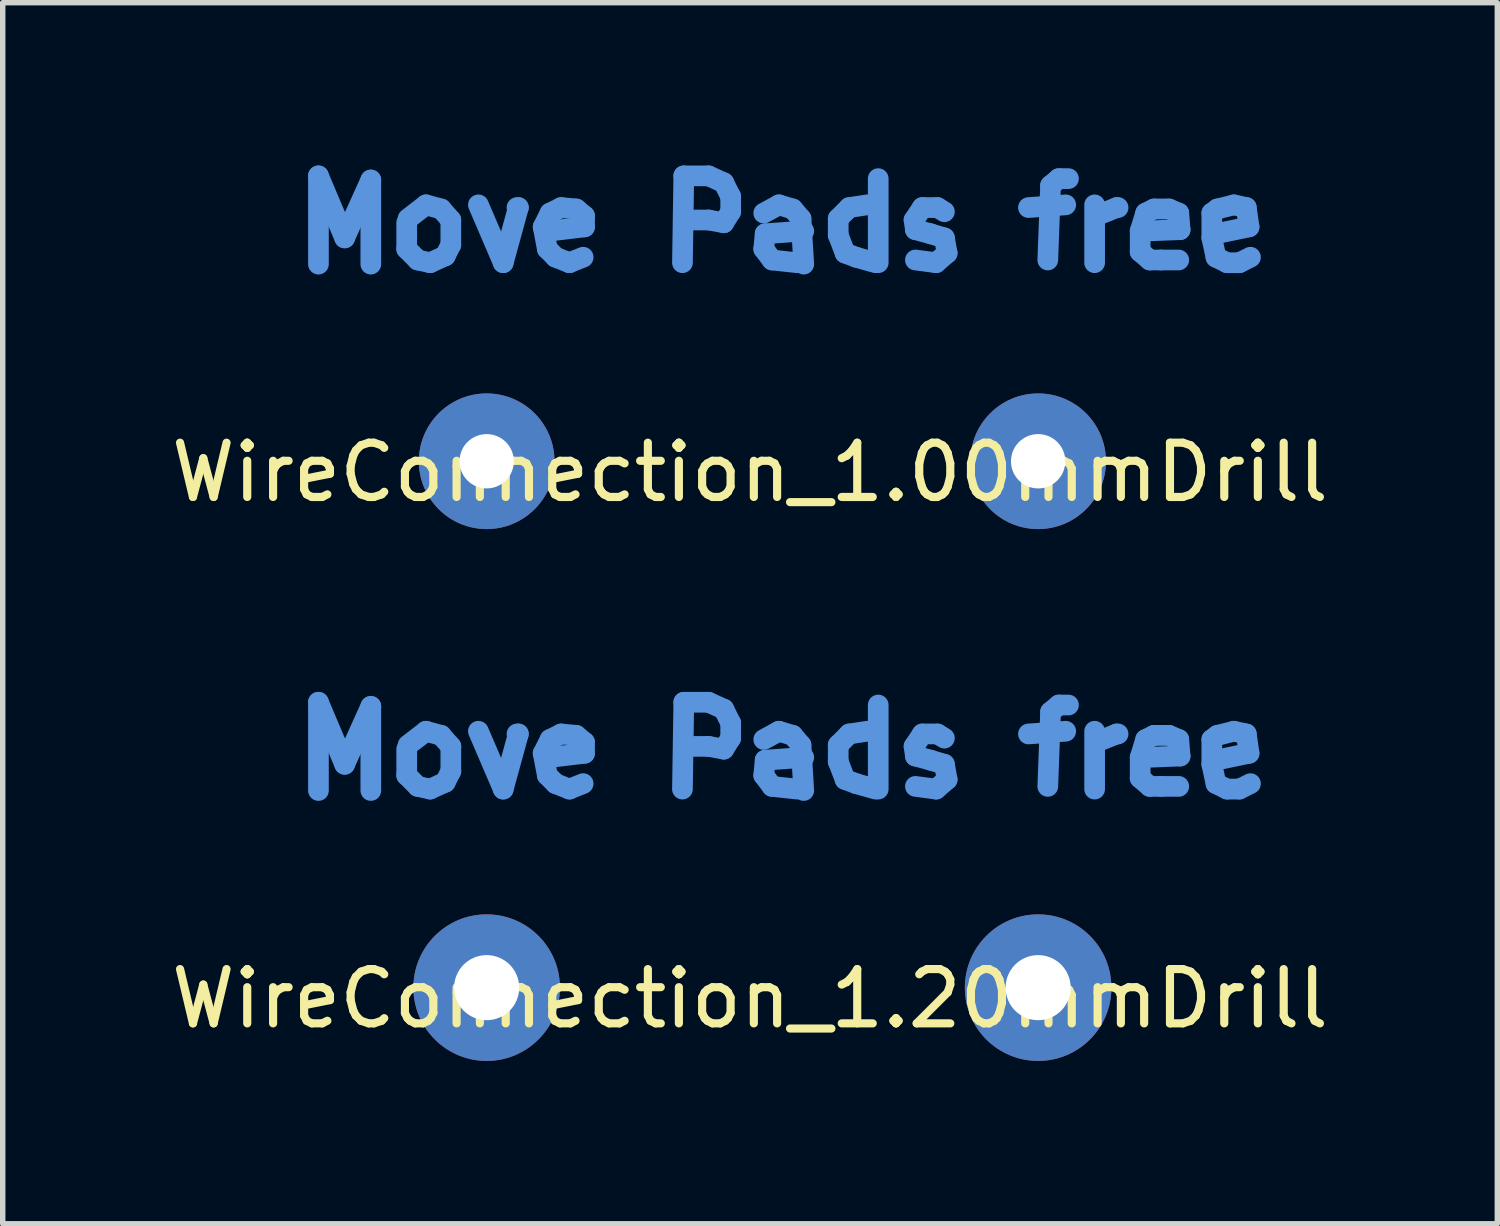
<source format=kicad_pcb>
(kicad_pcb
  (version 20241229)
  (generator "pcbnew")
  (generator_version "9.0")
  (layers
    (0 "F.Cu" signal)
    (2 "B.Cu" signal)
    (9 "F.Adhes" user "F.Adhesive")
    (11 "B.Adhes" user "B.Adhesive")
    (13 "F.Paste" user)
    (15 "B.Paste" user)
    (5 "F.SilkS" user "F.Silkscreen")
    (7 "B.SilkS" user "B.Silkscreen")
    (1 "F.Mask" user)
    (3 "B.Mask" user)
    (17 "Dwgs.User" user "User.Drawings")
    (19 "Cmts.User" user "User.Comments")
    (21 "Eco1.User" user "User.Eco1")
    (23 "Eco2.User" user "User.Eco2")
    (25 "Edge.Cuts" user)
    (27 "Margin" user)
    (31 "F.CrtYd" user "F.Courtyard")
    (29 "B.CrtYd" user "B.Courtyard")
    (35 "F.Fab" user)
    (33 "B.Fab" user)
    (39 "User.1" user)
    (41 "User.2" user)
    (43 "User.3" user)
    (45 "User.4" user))
  (footprint "WireConnection_1.00mmDrill"
    (layer "F.Cu")
    (at 5.916 5.448)
    (property "Reference" "WireConnection_1.00mmDrill" (at 4.851 0.203 0) (layer "F.SilkS") (effects (font (size 1 1) (thickness 0.15))))
    (attr through_hole)
    (fp_line (start -3.099 -5.258) (end -2.616 -4.115) (stroke (width 0.381) (type solid)) (layer "Cmts.User"))
    (fp_line (start -3.099 -3.632) (end -3.099 -5.258) (stroke (width 0.381) (type solid)) (layer "Cmts.User"))
    (fp_line (start -2.616 -4.115) (end -2.134 -5.182) (stroke (width 0.381) (type solid)) (layer "Cmts.User"))
    (fp_line (start -2.134 -5.182) (end -2.134 -3.632) (stroke (width 0.381) (type solid)) (layer "Cmts.User"))
    (fp_line (start -1.473 -4.394) (end -1.473 -3.912) (stroke (width 0.381) (type solid)) (layer "Cmts.User"))
    (fp_line (start -1.473 -3.912) (end -1.27 -3.708) (stroke (width 0.381) (type solid)) (layer "Cmts.User"))
    (fp_line (start -1.27 -3.708) (end -1.041 -3.658) (stroke (width 0.381) (type solid)) (layer "Cmts.User"))
    (fp_line (start -1.118 -4.724) (end -1.448 -4.47) (stroke (width 0.381) (type solid)) (layer "Cmts.User"))
    (fp_line (start -1.041 -3.658) (end -0.762 -3.785) (stroke (width 0.381) (type solid)) (layer "Cmts.User"))
    (fp_line (start -0.838 -4.648) (end -1.118 -4.724) (stroke (width 0.381) (type solid)) (layer "Cmts.User"))
    (fp_line (start -0.762 -3.785) (end -0.66 -3.988) (stroke (width 0.381) (type solid)) (layer "Cmts.User"))
    (fp_line (start -0.66 -4.445) (end -0.838 -4.648) (stroke (width 0.381) (type solid)) (layer "Cmts.User"))
    (fp_line (start -0.66 -3.988) (end -0.66 -4.445) (stroke (width 0.381) (type solid)) (layer "Cmts.User"))
    (fp_line (start -0.152 -4.724) (end 0.305 -3.658) (stroke (width 0.381) (type solid)) (layer "Cmts.User"))
    (fp_line (start 0.305 -3.658) (end 0.584 -4.674) (stroke (width 0.381) (type solid)) (layer "Cmts.User"))
    (fp_line (start 0.584 -4.674) (end 0.559 -4.674) (stroke (width 0.381) (type solid)) (layer "Cmts.User"))
    (fp_line (start 1.041 -4.318) (end 1.168 -4.572) (stroke (width 0.381) (type solid)) (layer "Cmts.User"))
    (fp_line (start 1.118 -3.912) (end 1.041 -4.318) (stroke (width 0.381) (type solid)) (layer "Cmts.User"))
    (fp_line (start 1.168 -4.572) (end 1.372 -4.674) (stroke (width 0.381) (type solid)) (layer "Cmts.User"))
    (fp_line (start 1.27 -3.759) (end 1.118 -3.912) (stroke (width 0.381) (type solid)) (layer "Cmts.User"))
    (fp_line (start 1.372 -4.674) (end 1.651 -4.648) (stroke (width 0.381) (type solid)) (layer "Cmts.User"))
    (fp_line (start 1.524 -3.658) (end 1.27 -3.759) (stroke (width 0.381) (type solid)) (layer "Cmts.User"))
    (fp_line (start 1.651 -4.648) (end 1.803 -4.521) (stroke (width 0.381) (type solid)) (layer "Cmts.User"))
    (fp_line (start 1.778 -3.759) (end 1.524 -3.658) (stroke (width 0.381) (type solid)) (layer "Cmts.User"))
    (fp_line (start 1.803 -4.521) (end 1.803 -4.318) (stroke (width 0.381) (type solid)) (layer "Cmts.User"))
    (fp_line (start 1.803 -4.318) (end 1.168 -4.242) (stroke (width 0.381) (type solid)) (layer "Cmts.User"))
    (fp_line (start 3.607 -3.658) (end 3.632 -5.258) (stroke (width 0.381) (type solid)) (layer "Cmts.User"))
    (fp_line (start 3.632 -5.258) (end 4.089 -5.258) (stroke (width 0.381) (type solid)) (layer "Cmts.User"))
    (fp_line (start 4.089 -5.258) (end 4.369 -5.131) (stroke (width 0.381) (type solid)) (layer "Cmts.User"))
    (fp_line (start 4.089 -4.445) (end 3.632 -4.445) (stroke (width 0.381) (type solid)) (layer "Cmts.User"))
    (fp_line (start 4.369 -5.131) (end 4.496 -4.877) (stroke (width 0.381) (type solid)) (layer "Cmts.User"))
    (fp_line (start 4.369 -4.394) (end 4.089 -4.445) (stroke (width 0.381) (type solid)) (layer "Cmts.User"))
    (fp_line (start 4.496 -4.877) (end 4.496 -4.597) (stroke (width 0.381) (type solid)) (layer "Cmts.User"))
    (fp_line (start 4.496 -4.597) (end 4.369 -4.394) (stroke (width 0.381) (type solid)) (layer "Cmts.User"))
    (fp_line (start 5.105 -4.572) (end 5.385 -4.724) (stroke (width 0.381) (type solid)) (layer "Cmts.User"))
    (fp_line (start 5.105 -3.912) (end 5.131 -4.191) (stroke (width 0.381) (type solid)) (layer "Cmts.User"))
    (fp_line (start 5.131 -4.191) (end 5.842 -4.242) (stroke (width 0.381) (type solid)) (layer "Cmts.User"))
    (fp_line (start 5.258 -3.708) (end 5.105 -3.912) (stroke (width 0.381) (type solid)) (layer "Cmts.User"))
    (fp_line (start 5.385 -4.724) (end 5.639 -4.648) (stroke (width 0.381) (type solid)) (layer "Cmts.User"))
    (fp_line (start 5.639 -4.648) (end 5.791 -4.47) (stroke (width 0.381) (type solid)) (layer "Cmts.User"))
    (fp_line (start 5.715 -3.658) (end 5.258 -3.708) (stroke (width 0.381) (type solid)) (layer "Cmts.User"))
    (fp_line (start 5.791 -4.47) (end 5.842 -3.632) (stroke (width 0.381) (type solid)) (layer "Cmts.User"))
    (fp_line (start 6.477 -4.47) (end 6.68 -4.674) (stroke (width 0.381) (type solid)) (layer "Cmts.User"))
    (fp_line (start 6.477 -4.166) (end 6.477 -4.47) (stroke (width 0.381) (type solid)) (layer "Cmts.User"))
    (fp_line (start 6.604 -3.835) (end 6.477 -4.166) (stroke (width 0.381) (type solid)) (layer "Cmts.User"))
    (fp_line (start 6.68 -4.674) (end 7.01 -4.724) (stroke (width 0.381) (type solid)) (layer "Cmts.User"))
    (fp_line (start 6.807 -3.759) (end 6.604 -3.835) (stroke (width 0.381) (type solid)) (layer "Cmts.User"))
    (fp_line (start 7.163 -3.658) (end 6.807 -3.759) (stroke (width 0.381) (type solid)) (layer "Cmts.User"))
    (fp_line (start 7.214 -5.207) (end 7.214 -3.658) (stroke (width 0.381) (type solid)) (layer "Cmts.User"))
    (fp_line (start 7.874 -4.445) (end 7.899 -4.267) (stroke (width 0.381) (type solid)) (layer "Cmts.User"))
    (fp_line (start 7.899 -4.267) (end 8.179 -4.191) (stroke (width 0.381) (type solid)) (layer "Cmts.User"))
    (fp_line (start 8.026 -4.674) (end 7.874 -4.445) (stroke (width 0.381) (type solid)) (layer "Cmts.User"))
    (fp_line (start 8.179 -4.191) (end 8.433 -4.115) (stroke (width 0.381) (type solid)) (layer "Cmts.User"))
    (fp_line (start 8.28 -3.658) (end 7.899 -3.708) (stroke (width 0.381) (type solid)) (layer "Cmts.User"))
    (fp_line (start 8.306 -4.674) (end 8.026 -4.674) (stroke (width 0.381) (type solid)) (layer "Cmts.User"))
    (fp_line (start 8.433 -4.597) (end 8.306 -4.674) (stroke (width 0.381) (type solid)) (layer "Cmts.User"))
    (fp_line (start 8.433 -4.115) (end 8.484 -3.835) (stroke (width 0.381) (type solid)) (layer "Cmts.User"))
    (fp_line (start 8.484 -3.835) (end 8.28 -3.658) (stroke (width 0.381) (type solid)) (layer "Cmts.User"))
    (fp_line (start 9.982 -4.674) (end 10.668 -4.724) (stroke (width 0.381) (type solid)) (layer "Cmts.User"))
    (fp_line (start 10.389 -5.08) (end 10.338 -3.708) (stroke (width 0.381) (type solid)) (layer "Cmts.User"))
    (fp_line (start 10.541 -5.207) (end 10.389 -5.08) (stroke (width 0.381) (type solid)) (layer "Cmts.User"))
    (fp_line (start 10.719 -5.207) (end 10.541 -5.207) (stroke (width 0.381) (type solid)) (layer "Cmts.User"))
    (fp_line (start 11.201 -4.724) (end 11.201 -3.658) (stroke (width 0.381) (type solid)) (layer "Cmts.User"))
    (fp_line (start 11.227 -4.521) (end 11.608 -4.674) (stroke (width 0.381) (type solid)) (layer "Cmts.User"))
    (fp_line (start 11.608 -4.674) (end 11.633 -4.674) (stroke (width 0.381) (type solid)) (layer "Cmts.User"))
    (fp_line (start 12.04 -4.242) (end 12.141 -4.572) (stroke (width 0.381) (type solid)) (layer "Cmts.User"))
    (fp_line (start 12.04 -3.861) (end 12.04 -4.242) (stroke (width 0.381) (type solid)) (layer "Cmts.User"))
    (fp_line (start 12.141 -4.572) (end 12.294 -4.648) (stroke (width 0.381) (type solid)) (layer "Cmts.User"))
    (fp_line (start 12.217 -3.708) (end 12.04 -3.861) (stroke (width 0.381) (type solid)) (layer "Cmts.User"))
    (fp_line (start 12.294 -4.648) (end 12.573 -4.648) (stroke (width 0.381) (type solid)) (layer "Cmts.User"))
    (fp_line (start 12.421 -3.708) (end 12.217 -3.708) (stroke (width 0.381) (type solid)) (layer "Cmts.User"))
    (fp_line (start 12.573 -4.648) (end 12.751 -4.572) (stroke (width 0.381) (type solid)) (layer "Cmts.User"))
    (fp_line (start 12.751 -4.572) (end 12.776 -4.267) (stroke (width 0.381) (type solid)) (layer "Cmts.User"))
    (fp_line (start 12.751 -3.708) (end 12.421 -3.708) (stroke (width 0.381) (type solid)) (layer "Cmts.User"))
    (fp_line (start 12.776 -4.267) (end 12.141 -4.242) (stroke (width 0.381) (type solid)) (layer "Cmts.User"))
    (fp_line (start 13.36 -4.572) (end 13.462 -4.648) (stroke (width 0.381) (type solid)) (layer "Cmts.User"))
    (fp_line (start 13.36 -4.115) (end 13.36 -4.572) (stroke (width 0.381) (type solid)) (layer "Cmts.User"))
    (fp_line (start 13.437 -4.191) (end 13.437 -4.242) (stroke (width 0.381) (type solid)) (layer "Cmts.User"))
    (fp_line (start 13.437 -3.759) (end 13.36 -4.115) (stroke (width 0.381) (type solid)) (layer "Cmts.User"))
    (fp_line (start 13.462 -4.648) (end 13.767 -4.724) (stroke (width 0.381) (type solid)) (layer "Cmts.User"))
    (fp_line (start 13.64 -3.658) (end 13.437 -3.759) (stroke (width 0.381) (type solid)) (layer "Cmts.User"))
    (fp_line (start 13.767 -4.724) (end 13.995 -4.674) (stroke (width 0.381) (type solid)) (layer "Cmts.User"))
    (fp_line (start 13.868 -3.658) (end 13.64 -3.658) (stroke (width 0.381) (type solid)) (layer "Cmts.User"))
    (fp_line (start 13.995 -4.674) (end 14.046 -4.318) (stroke (width 0.381) (type solid)) (layer "Cmts.User"))
    (fp_line (start 14.046 -4.318) (end 13.437 -4.191) (stroke (width 0.381) (type solid)) (layer "Cmts.User"))
    (fp_line (start 14.072 -3.759) (end 13.868 -3.658) (stroke (width 0.381) (type solid)) (layer "Cmts.User"))
    (pad "1" thru_hole circle (at 0 0) (size 2.499 2.499) (drill 1.001) (layers "*.Cu" "*.Mask"))
    (pad "2" thru_hole circle (at 10.16 0) (size 2.499 2.499) (drill 1.001) (layers "*.Cu" "*.Mask")))
  (footprint "WireConnection_1.20mmDrill"
    (layer "F.Cu")
    (at 5.916 15.146)
    (property "Reference" "WireConnection_1.20mmDrill" (at 4.851 0.203 0) (layer "F.SilkS") (effects (font (size 1 1) (thickness 0.15))))
    (attr through_hole)
    (fp_line (start -3.099 -5.258) (end -2.616 -4.115) (stroke (width 0.381) (type solid)) (layer "Cmts.User"))
    (fp_line (start -3.099 -3.632) (end -3.099 -5.258) (stroke (width 0.381) (type solid)) (layer "Cmts.User"))
    (fp_line (start -2.616 -4.115) (end -2.134 -5.182) (stroke (width 0.381) (type solid)) (layer "Cmts.User"))
    (fp_line (start -2.134 -5.182) (end -2.134 -3.632) (stroke (width 0.381) (type solid)) (layer "Cmts.User"))
    (fp_line (start -1.473 -4.394) (end -1.473 -3.912) (stroke (width 0.381) (type solid)) (layer "Cmts.User"))
    (fp_line (start -1.473 -3.912) (end -1.27 -3.708) (stroke (width 0.381) (type solid)) (layer "Cmts.User"))
    (fp_line (start -1.27 -3.708) (end -1.041 -3.658) (stroke (width 0.381) (type solid)) (layer "Cmts.User"))
    (fp_line (start -1.118 -4.724) (end -1.448 -4.47) (stroke (width 0.381) (type solid)) (layer "Cmts.User"))
    (fp_line (start -1.041 -3.658) (end -0.762 -3.785) (stroke (width 0.381) (type solid)) (layer "Cmts.User"))
    (fp_line (start -0.838 -4.648) (end -1.118 -4.724) (stroke (width 0.381) (type solid)) (layer "Cmts.User"))
    (fp_line (start -0.762 -3.785) (end -0.66 -3.988) (stroke (width 0.381) (type solid)) (layer "Cmts.User"))
    (fp_line (start -0.66 -4.445) (end -0.838 -4.648) (stroke (width 0.381) (type solid)) (layer "Cmts.User"))
    (fp_line (start -0.66 -3.988) (end -0.66 -4.445) (stroke (width 0.381) (type solid)) (layer "Cmts.User"))
    (fp_line (start -0.152 -4.724) (end 0.305 -3.658) (stroke (width 0.381) (type solid)) (layer "Cmts.User"))
    (fp_line (start 0.305 -3.658) (end 0.584 -4.674) (stroke (width 0.381) (type solid)) (layer "Cmts.User"))
    (fp_line (start 0.584 -4.674) (end 0.559 -4.674) (stroke (width 0.381) (type solid)) (layer "Cmts.User"))
    (fp_line (start 1.041 -4.318) (end 1.168 -4.572) (stroke (width 0.381) (type solid)) (layer "Cmts.User"))
    (fp_line (start 1.118 -3.912) (end 1.041 -4.318) (stroke (width 0.381) (type solid)) (layer "Cmts.User"))
    (fp_line (start 1.168 -4.572) (end 1.372 -4.674) (stroke (width 0.381) (type solid)) (layer "Cmts.User"))
    (fp_line (start 1.27 -3.759) (end 1.118 -3.912) (stroke (width 0.381) (type solid)) (layer "Cmts.User"))
    (fp_line (start 1.372 -4.674) (end 1.651 -4.648) (stroke (width 0.381) (type solid)) (layer "Cmts.User"))
    (fp_line (start 1.524 -3.658) (end 1.27 -3.759) (stroke (width 0.381) (type solid)) (layer "Cmts.User"))
    (fp_line (start 1.651 -4.648) (end 1.803 -4.521) (stroke (width 0.381) (type solid)) (layer "Cmts.User"))
    (fp_line (start 1.778 -3.759) (end 1.524 -3.658) (stroke (width 0.381) (type solid)) (layer "Cmts.User"))
    (fp_line (start 1.803 -4.521) (end 1.803 -4.318) (stroke (width 0.381) (type solid)) (layer "Cmts.User"))
    (fp_line (start 1.803 -4.318) (end 1.168 -4.242) (stroke (width 0.381) (type solid)) (layer "Cmts.User"))
    (fp_line (start 3.607 -3.658) (end 3.632 -5.258) (stroke (width 0.381) (type solid)) (layer "Cmts.User"))
    (fp_line (start 3.632 -5.258) (end 4.089 -5.258) (stroke (width 0.381) (type solid)) (layer "Cmts.User"))
    (fp_line (start 4.089 -5.258) (end 4.369 -5.131) (stroke (width 0.381) (type solid)) (layer "Cmts.User"))
    (fp_line (start 4.089 -4.445) (end 3.632 -4.445) (stroke (width 0.381) (type solid)) (layer "Cmts.User"))
    (fp_line (start 4.369 -5.131) (end 4.496 -4.877) (stroke (width 0.381) (type solid)) (layer "Cmts.User"))
    (fp_line (start 4.369 -4.394) (end 4.089 -4.445) (stroke (width 0.381) (type solid)) (layer "Cmts.User"))
    (fp_line (start 4.496 -4.877) (end 4.496 -4.597) (stroke (width 0.381) (type solid)) (layer "Cmts.User"))
    (fp_line (start 4.496 -4.597) (end 4.369 -4.394) (stroke (width 0.381) (type solid)) (layer "Cmts.User"))
    (fp_line (start 5.105 -4.572) (end 5.385 -4.724) (stroke (width 0.381) (type solid)) (layer "Cmts.User"))
    (fp_line (start 5.105 -3.912) (end 5.131 -4.191) (stroke (width 0.381) (type solid)) (layer "Cmts.User"))
    (fp_line (start 5.131 -4.191) (end 5.842 -4.242) (stroke (width 0.381) (type solid)) (layer "Cmts.User"))
    (fp_line (start 5.258 -3.708) (end 5.105 -3.912) (stroke (width 0.381) (type solid)) (layer "Cmts.User"))
    (fp_line (start 5.385 -4.724) (end 5.639 -4.648) (stroke (width 0.381) (type solid)) (layer "Cmts.User"))
    (fp_line (start 5.639 -4.648) (end 5.791 -4.47) (stroke (width 0.381) (type solid)) (layer "Cmts.User"))
    (fp_line (start 5.715 -3.658) (end 5.258 -3.708) (stroke (width 0.381) (type solid)) (layer "Cmts.User"))
    (fp_line (start 5.791 -4.47) (end 5.842 -3.632) (stroke (width 0.381) (type solid)) (layer "Cmts.User"))
    (fp_line (start 6.477 -4.47) (end 6.68 -4.674) (stroke (width 0.381) (type solid)) (layer "Cmts.User"))
    (fp_line (start 6.477 -4.166) (end 6.477 -4.47) (stroke (width 0.381) (type solid)) (layer "Cmts.User"))
    (fp_line (start 6.604 -3.835) (end 6.477 -4.166) (stroke (width 0.381) (type solid)) (layer "Cmts.User"))
    (fp_line (start 6.68 -4.674) (end 7.01 -4.724) (stroke (width 0.381) (type solid)) (layer "Cmts.User"))
    (fp_line (start 6.807 -3.759) (end 6.604 -3.835) (stroke (width 0.381) (type solid)) (layer "Cmts.User"))
    (fp_line (start 7.163 -3.658) (end 6.807 -3.759) (stroke (width 0.381) (type solid)) (layer "Cmts.User"))
    (fp_line (start 7.214 -5.207) (end 7.214 -3.658) (stroke (width 0.381) (type solid)) (layer "Cmts.User"))
    (fp_line (start 7.874 -4.445) (end 7.899 -4.267) (stroke (width 0.381) (type solid)) (layer "Cmts.User"))
    (fp_line (start 7.899 -4.267) (end 8.179 -4.191) (stroke (width 0.381) (type solid)) (layer "Cmts.User"))
    (fp_line (start 8.026 -4.674) (end 7.874 -4.445) (stroke (width 0.381) (type solid)) (layer "Cmts.User"))
    (fp_line (start 8.179 -4.191) (end 8.433 -4.115) (stroke (width 0.381) (type solid)) (layer "Cmts.User"))
    (fp_line (start 8.28 -3.658) (end 7.899 -3.708) (stroke (width 0.381) (type solid)) (layer "Cmts.User"))
    (fp_line (start 8.306 -4.674) (end 8.026 -4.674) (stroke (width 0.381) (type solid)) (layer "Cmts.User"))
    (fp_line (start 8.433 -4.597) (end 8.306 -4.674) (stroke (width 0.381) (type solid)) (layer "Cmts.User"))
    (fp_line (start 8.433 -4.115) (end 8.484 -3.835) (stroke (width 0.381) (type solid)) (layer "Cmts.User"))
    (fp_line (start 8.484 -3.835) (end 8.28 -3.658) (stroke (width 0.381) (type solid)) (layer "Cmts.User"))
    (fp_line (start 9.982 -4.674) (end 10.668 -4.724) (stroke (width 0.381) (type solid)) (layer "Cmts.User"))
    (fp_line (start 10.389 -5.08) (end 10.338 -3.708) (stroke (width 0.381) (type solid)) (layer "Cmts.User"))
    (fp_line (start 10.541 -5.207) (end 10.389 -5.08) (stroke (width 0.381) (type solid)) (layer "Cmts.User"))
    (fp_line (start 10.719 -5.207) (end 10.541 -5.207) (stroke (width 0.381) (type solid)) (layer "Cmts.User"))
    (fp_line (start 11.201 -4.724) (end 11.201 -3.658) (stroke (width 0.381) (type solid)) (layer "Cmts.User"))
    (fp_line (start 11.227 -4.521) (end 11.608 -4.674) (stroke (width 0.381) (type solid)) (layer "Cmts.User"))
    (fp_line (start 11.608 -4.674) (end 11.633 -4.674) (stroke (width 0.381) (type solid)) (layer "Cmts.User"))
    (fp_line (start 12.04 -4.242) (end 12.141 -4.572) (stroke (width 0.381) (type solid)) (layer "Cmts.User"))
    (fp_line (start 12.04 -3.861) (end 12.04 -4.242) (stroke (width 0.381) (type solid)) (layer "Cmts.User"))
    (fp_line (start 12.141 -4.572) (end 12.294 -4.648) (stroke (width 0.381) (type solid)) (layer "Cmts.User"))
    (fp_line (start 12.217 -3.708) (end 12.04 -3.861) (stroke (width 0.381) (type solid)) (layer "Cmts.User"))
    (fp_line (start 12.294 -4.648) (end 12.573 -4.648) (stroke (width 0.381) (type solid)) (layer "Cmts.User"))
    (fp_line (start 12.421 -3.708) (end 12.217 -3.708) (stroke (width 0.381) (type solid)) (layer "Cmts.User"))
    (fp_line (start 12.573 -4.648) (end 12.751 -4.572) (stroke (width 0.381) (type solid)) (layer "Cmts.User"))
    (fp_line (start 12.751 -4.572) (end 12.776 -4.267) (stroke (width 0.381) (type solid)) (layer "Cmts.User"))
    (fp_line (start 12.751 -3.708) (end 12.421 -3.708) (stroke (width 0.381) (type solid)) (layer "Cmts.User"))
    (fp_line (start 12.776 -4.267) (end 12.141 -4.242) (stroke (width 0.381) (type solid)) (layer "Cmts.User"))
    (fp_line (start 13.36 -4.572) (end 13.462 -4.648) (stroke (width 0.381) (type solid)) (layer "Cmts.User"))
    (fp_line (start 13.36 -4.115) (end 13.36 -4.572) (stroke (width 0.381) (type solid)) (layer "Cmts.User"))
    (fp_line (start 13.437 -4.191) (end 13.437 -4.242) (stroke (width 0.381) (type solid)) (layer "Cmts.User"))
    (fp_line (start 13.437 -3.759) (end 13.36 -4.115) (stroke (width 0.381) (type solid)) (layer "Cmts.User"))
    (fp_line (start 13.462 -4.648) (end 13.767 -4.724) (stroke (width 0.381) (type solid)) (layer "Cmts.User"))
    (fp_line (start 13.64 -3.658) (end 13.437 -3.759) (stroke (width 0.381) (type solid)) (layer "Cmts.User"))
    (fp_line (start 13.767 -4.724) (end 13.995 -4.674) (stroke (width 0.381) (type solid)) (layer "Cmts.User"))
    (fp_line (start 13.868 -3.658) (end 13.64 -3.658) (stroke (width 0.381) (type solid)) (layer "Cmts.User"))
    (fp_line (start 13.995 -4.674) (end 14.046 -4.318) (stroke (width 0.381) (type solid)) (layer "Cmts.User"))
    (fp_line (start 14.046 -4.318) (end 13.437 -4.191) (stroke (width 0.381) (type solid)) (layer "Cmts.User"))
    (fp_line (start 14.072 -3.759) (end 13.868 -3.658) (stroke (width 0.381) (type solid)) (layer "Cmts.User"))
    (pad "1" thru_hole circle (at 0 0) (size 2.7 2.7) (drill 1.199) (layers "*.Cu" "*.Mask"))
    (pad "2" thru_hole circle (at 10.16 0) (size 2.7 2.7) (drill 1.199) (layers "*.Cu" "*.Mask")))
  (gr_rect
    (start -3 -3)
    (end 24.536 19.496)
    (stroke (width 0.1) (type default))
    (fill no)
    (layer "Edge.Cuts")))
</source>
